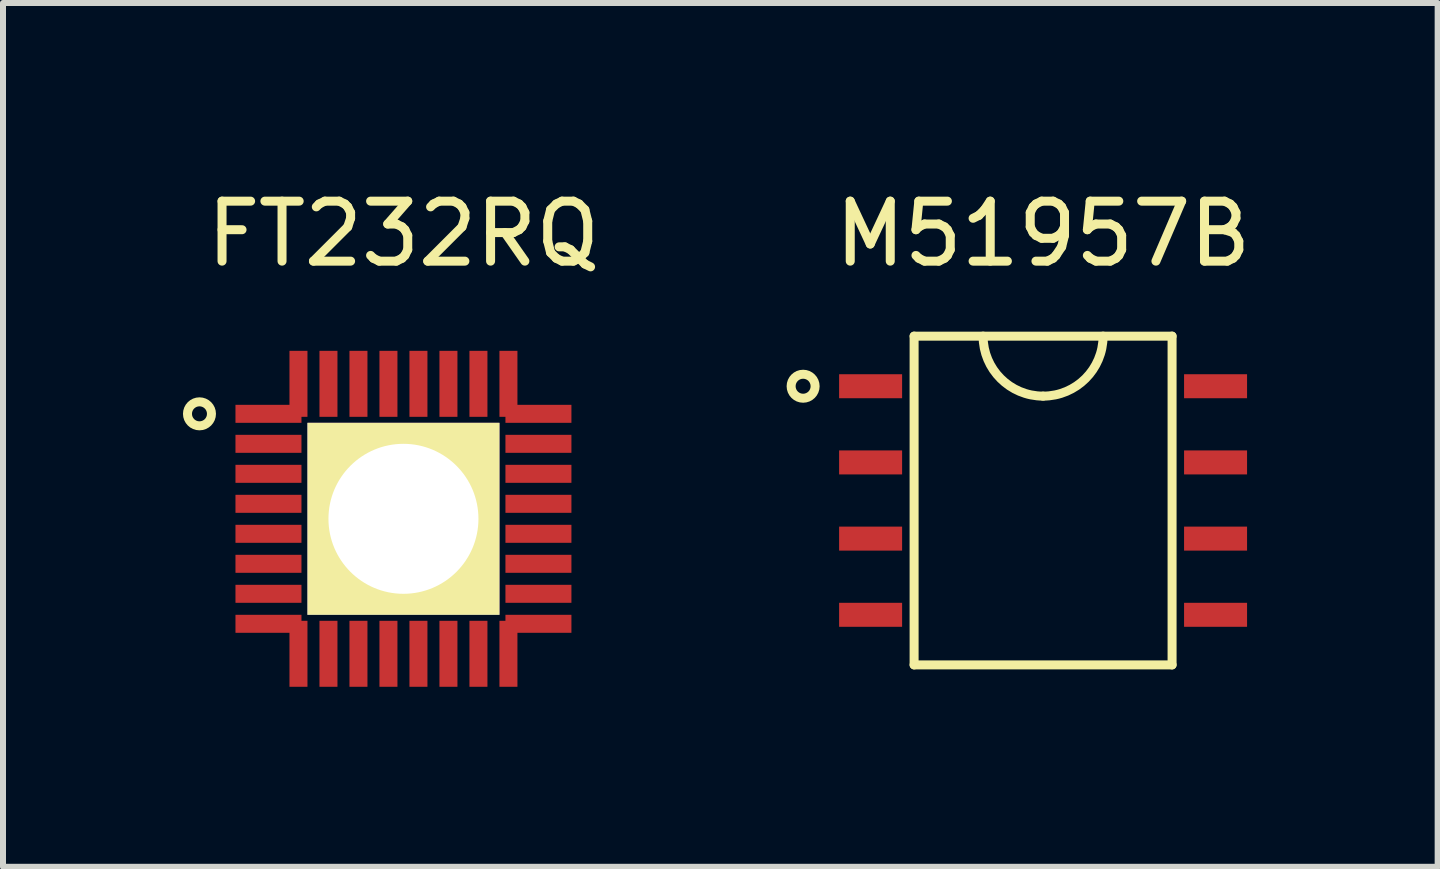
<source format=kicad_pcb>
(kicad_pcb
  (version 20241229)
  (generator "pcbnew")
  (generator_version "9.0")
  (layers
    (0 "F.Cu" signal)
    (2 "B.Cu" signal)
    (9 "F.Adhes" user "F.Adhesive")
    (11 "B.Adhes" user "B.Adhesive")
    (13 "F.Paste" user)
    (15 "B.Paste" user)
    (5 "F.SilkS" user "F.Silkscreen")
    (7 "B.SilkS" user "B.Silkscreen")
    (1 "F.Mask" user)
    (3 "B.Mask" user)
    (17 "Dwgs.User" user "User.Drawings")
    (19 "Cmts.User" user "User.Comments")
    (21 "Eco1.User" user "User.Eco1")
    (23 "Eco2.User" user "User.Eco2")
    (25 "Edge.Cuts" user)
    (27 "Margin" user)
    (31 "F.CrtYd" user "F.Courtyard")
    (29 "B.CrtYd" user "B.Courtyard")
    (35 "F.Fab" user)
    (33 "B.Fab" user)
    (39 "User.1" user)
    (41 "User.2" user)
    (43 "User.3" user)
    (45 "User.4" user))
  (footprint "M51957B"
    (layer "F.Cu")
    (at 11.462 3.388)
    (property "Reference" "M51957B" (at 2.875 -2.54 0) (layer "F.SilkS") (effects (font (size 1 1) (thickness 0.15))))
    (attr through_hole)
    (fp_line (start 0.725 -0.835) (end 5.025 -0.835) (stroke (width 0.15) (type solid)) (layer "F.SilkS"))
    (fp_line (start 0.725 4.645) (end 0.725 -0.835) (stroke (width 0.15) (type solid)) (layer "F.SilkS"))
    (fp_line (start 5.025 -0.835) (end 5.025 4.645) (stroke (width 0.15) (type solid)) (layer "F.SilkS"))
    (fp_line (start 5.025 4.645) (end 0.725 4.645) (stroke (width 0.15) (type solid)) (layer "F.SilkS"))
    (fp_arc (start 2.875 0.165) (mid 2.167893 -0.127893) (end 1.875 -0.835) (stroke (width 0.15) (type solid)) (layer "F.SilkS"))
    (fp_arc (start 3.875 -0.835) (mid 3.582107 -0.127893) (end 2.875 0.165) (stroke (width 0.15) (type solid)) (layer "F.SilkS"))
    (fp_circle (center -1.125 0) (end -1.125 0.2) (stroke (width 0.15) (type solid)) (fill no) (layer "F.SilkS"))
    (pad "1" smd rect (at 0 0) (size 1.05 0.4) (layers "F.Cu" "F.Mask" "F.Paste"))
    (pad "2" smd rect (at 0 1.27) (size 1.05 0.4) (layers "F.Cu" "F.Mask" "F.Paste"))
    (pad "3" smd rect (at 0 2.54) (size 1.05 0.4) (layers "F.Cu" "F.Mask" "F.Paste"))
    (pad "4" smd rect (at 0 3.81) (size 1.05 0.4) (layers "F.Cu" "F.Mask" "F.Paste"))
    (pad "5" smd rect (at 5.75 3.81) (size 1.05 0.4) (layers "F.Cu" "F.Mask" "F.Paste"))
    (pad "6" smd rect (at 5.75 2.54) (size 1.05 0.4) (layers "F.Cu" "F.Mask" "F.Paste"))
    (pad "7" smd rect (at 5.75 1.27) (size 1.05 0.4) (layers "F.Cu" "F.Mask" "F.Paste"))
    (pad "8" smd rect (at 5.75 0) (size 1.05 0.4) (layers "F.Cu" "F.Mask" "F.Paste")))
  (footprint "FT232RQ"
    (layer "F.Cu")
    (at 1.425 3.348)
    (property "Reference" "FT232RQ" (at 2.25 -2.5 0) (layer "F.SilkS") (effects (font (size 1 1) (thickness 0.15))))
    (attr through_hole)
    (fp_line (start 0.75 0.75) (end 0.75 3.75) (stroke (width 0.15) (type solid)) (layer "F.SilkS"))
    (fp_line (start 0.75 0.75) (end 3.75 0.75) (stroke (width 0.15) (type solid)) (layer "F.SilkS"))
    (fp_line (start 0.75 3.75) (end 3.75 3.75) (stroke (width 0.15) (type solid)) (layer "F.SilkS"))
    (fp_line (start 3.75 3.75) (end 3.75 0.75) (stroke (width 0.15) (type solid)) (layer "F.SilkS"))
    (fp_circle (center -1.15 0.5) (end -1.15 0.3) (stroke (width 0.15) (type solid)) (fill no) (layer "F.SilkS"))
    (fp_circle (center 1.75 1.75) (end 1.75 1.25) (stroke (width 0.15) (type solid)) (fill no) (layer "F.SilkS"))
    (pad "1" smd rect (at 0 0.5) (size 1.1 0.3) (layers "F.Cu" "F.Mask" "F.Paste"))
    (pad "2" smd rect (at 0 1) (size 1.1 0.3) (layers "F.Cu" "F.Mask" "F.Paste"))
    (pad "3" smd rect (at 0 1.5) (size 1.1 0.3) (layers "F.Cu" "F.Mask" "F.Paste"))
    (pad "4" smd rect (at 0 2) (size 1.1 0.3) (layers "F.Cu" "F.Mask" "F.Paste"))
    (pad "5" smd rect (at 0 2.5) (size 1.1 0.3) (layers "F.Cu" "F.Mask" "F.Paste"))
    (pad "6" smd rect (at 0 3) (size 1.1 0.3) (layers "F.Cu" "F.Mask" "F.Paste"))
    (pad "7" smd rect (at 0 3.5) (size 1.1 0.3) (layers "F.Cu" "F.Mask" "F.Paste"))
    (pad "8" smd rect (at 0 4) (size 1.1 0.3) (layers "F.Cu" "F.Mask" "F.Paste"))
    (pad "9" smd rect (at 0.5 4.5) (size 0.3 1.1) (layers "F.Cu" "F.Mask" "F.Paste"))
    (pad "10" smd rect (at 1 4.5) (size 0.3 1.1) (layers "F.Cu" "F.Mask" "F.Paste"))
    (pad "11" smd rect (at 1.5 4.5) (size 0.3 1.1) (layers "F.Cu" "F.Mask" "F.Paste"))
    (pad "12" smd rect (at 2 4.5) (size 0.3 1.1) (layers "F.Cu" "F.Mask" "F.Paste"))
    (pad "13" smd rect (at 2.5 4.5) (size 0.3 1.1) (layers "F.Cu" "F.Mask" "F.Paste"))
    (pad "14" smd rect (at 3 4.5) (size 0.3 1.1) (layers "F.Cu" "F.Mask" "F.Paste"))
    (pad "15" smd rect (at 3.5 4.5) (size 0.3 1.1) (layers "F.Cu" "F.Mask" "F.Paste"))
    (pad "16" smd rect (at 4 4.5) (size 0.3 1.1) (layers "F.Cu" "F.Mask" "F.Paste"))
    (pad "17" smd rect (at 4.5 4) (size 1.1 0.3) (layers "F.Cu" "F.Mask" "F.Paste"))
    (pad "18" smd rect (at 4.5 3.5) (size 1.1 0.3) (layers "F.Cu" "F.Mask" "F.Paste"))
    (pad "19" smd rect (at 4.5 3) (size 1.1 0.3) (layers "F.Cu" "F.Mask" "F.Paste"))
    (pad "20" smd rect (at 4.5 2.5) (size 1.1 0.3) (layers "F.Cu" "F.Mask" "F.Paste"))
    (pad "21" smd rect (at 4.5 2) (size 1.1 0.3) (layers "F.Cu" "F.Mask" "F.Paste"))
    (pad "22" smd rect (at 4.5 1.5) (size 1.1 0.3) (layers "F.Cu" "F.Mask" "F.Paste"))
    (pad "23" smd rect (at 4.5 1) (size 1.1 0.3) (layers "F.Cu" "F.Mask" "F.Paste"))
    (pad "24" smd rect (at 4.5 0.5) (size 1.1 0.3) (layers "F.Cu" "F.Mask" "F.Paste"))
    (pad "25" smd rect (at 4 0) (size 0.3 1.1) (layers "F.Cu" "F.Mask" "F.Paste"))
    (pad "26" smd rect (at 3.5 0) (size 0.3 1.1) (layers "F.Cu" "F.Mask" "F.Paste"))
    (pad "27" smd rect (at 3 0) (size 0.3 1.1) (layers "F.Cu" "F.Mask" "F.Paste"))
    (pad "28" smd rect (at 2.5 0) (size 0.3 1.1) (layers "F.Cu" "F.Mask" "F.Paste"))
    (pad "29" smd rect (at 2 0) (size 0.3 1.1) (layers "F.Cu" "F.Mask" "F.Paste"))
    (pad "30" smd rect (at 1.5 0) (size 0.3 1.1) (layers "F.Cu" "F.Mask" "F.Paste"))
    (pad "31" smd rect (at 1 0) (size 0.3 1.1) (layers "F.Cu" "F.Mask" "F.Paste"))
    (pad "32" smd rect (at 0.5 0) (size 0.3 1.1) (layers "F.Cu" "F.Mask" "F.Paste"))
    (pad "999" thru_hole rect (at 2.25 2.25) (size 3.2 3.2) (drill 2.5) (layers "*.Cu" "*.Mask" "F.SilkS")))
  (gr_rect
    (start -3 -3)
    (end 20.914 11.398)
    (stroke (width 0.1) (type default))
    (fill no)
    (layer "Edge.Cuts")))
</source>
